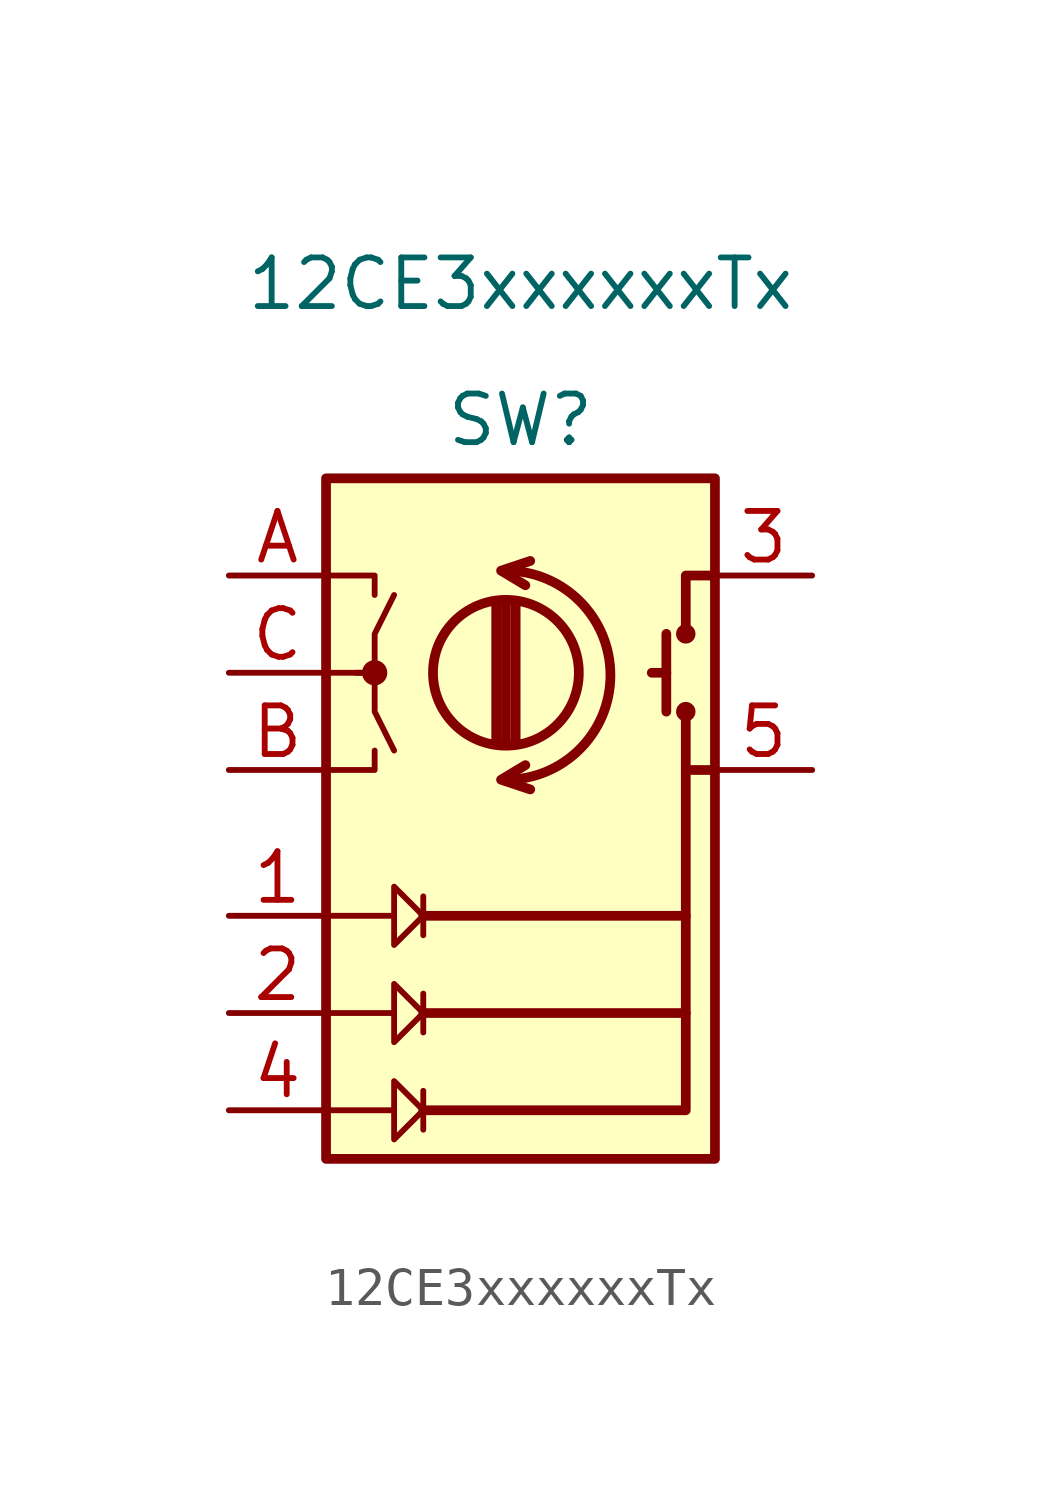
<source format=kicad_sym>
(kicad_symbol_lib
  (version 20211014)
  (generator kicad_symbol_editor)
  (symbol "12CE3xxxxxxTx"
    (pin_names
      (offset 0.254) hide)
    (property "Reference" "SW"
      (at 0 6.604 0)
      (effects (font (size 1.27 1.27))))
    (property "Value" "12CE3xxxxxxTx"
      (at 0 10.16 0)
      (effects (font (size 1.27 1.27))))
    (symbol "12CE3xxxxxxTx_0_1"
      (rectangle (start -5.08 5.08) (end 5.08 -12.7) (stroke (width 0.254) (type default) (color 0 0 0 0)) (fill (type background)))
      (circle (center -3.81 0) (radius 0.254) (stroke (width 0) (type default) (color 0 0 0 0)) (fill (type outline)))
      (arc (start -0.381 -2.794) (mid 2.3622 -0.0508) (end -0.381 2.667) (stroke (width 0.254) (type default) (color 0 0 0 0)) (fill (type none)))
      (circle (center -0.381 0) (radius 1.905) (stroke (width 0.254) (type default) (color 0 0 0 0)) (fill (type none)))
      (polyline (pts (xy -5.08 -11.43) (xy -3.302 -11.43)) (stroke (width 0) (type default) (color 0 0 0 0)) (fill (type none)))
      (polyline (pts (xy -5.08 -8.89) (xy -3.302 -8.89)) (stroke (width 0) (type default) (color 0 0 0 0)) (fill (type none)))
      (polyline (pts (xy -5.08 -6.35) (xy -3.302 -6.35)) (stroke (width 0) (type default) (color 0 0 0 0)) (fill (type none)))
      (polyline (pts (xy -2.54 -10.922) (xy -2.54 -11.938)) (stroke (width 0) (type default) (color 0 0 0 0)) (fill (type none)))
      (polyline (pts (xy -2.54 -8.382) (xy -2.54 -9.398)) (stroke (width 0) (type default) (color 0 0 0 0)) (fill (type none)))
      (polyline (pts (xy -2.54 -5.842) (xy -2.54 -6.858)) (stroke (width 0) (type default) (color 0 0 0 0)) (fill (type none)))
      (polyline (pts (xy -0.635 -1.778) (xy -0.635 1.778)) (stroke (width 0.254) (type default) (color 0 0 0 0)) (fill (type none)))
      (polyline (pts (xy -0.381 -1.778) (xy -0.381 1.778)) (stroke (width 0.254) (type default) (color 0 0 0 0)) (fill (type none)))
      (polyline (pts (xy -0.127 1.778) (xy -0.127 -1.778)) (stroke (width 0.254) (type default) (color 0 0 0 0)) (fill (type none)))
      (polyline (pts (xy 3.81 0) (xy 3.429 0)) (stroke (width 0.254) (type default) (color 0 0 0 0)) (fill (type none)))
      (polyline (pts (xy 3.81 1.016) (xy 3.81 -1.016)) (stroke (width 0.254) (type default) (color 0 0 0 0)) (fill (type none)))
      (polyline (pts (xy -5.08 -2.54) (xy -3.81 -2.54) (xy -3.81 -2.032)) (stroke (width 0) (type default) (color 0 0 0 0)) (fill (type none)))
      (polyline (pts (xy -5.08 2.54) (xy -3.81 2.54) (xy -3.81 2.032)) (stroke (width 0) (type default) (color 0 0 0 0)) (fill (type none)))
      (polyline (pts (xy -2.54 -11.43) (xy 4.318 -11.43) (xy 4.318 -8.89)) (stroke (width 0.254) (type default) (color 0 0 0 0)) (fill (type none)))
      (polyline (pts (xy -2.54 -8.89) (xy 4.318 -8.89) (xy 4.318 -6.35)) (stroke (width 0.254) (type default) (color 0 0 0 0)) (fill (type none)))
      (polyline (pts (xy -2.54 -6.35) (xy 4.318 -6.35) (xy 4.318 -2.54)) (stroke (width 0.254) (type default) (color 0 0 0 0)) (fill (type none)))
      (polyline (pts (xy 0.254 -3.048) (xy -0.508 -2.794) (xy 0.127 -2.413)) (stroke (width 0.254) (type default) (color 0 0 0 0)) (fill (type none)))
      (polyline (pts (xy 0.254 2.921) (xy -0.508 2.667) (xy 0.127 2.286)) (stroke (width 0.254) (type default) (color 0 0 0 0)) (fill (type none)))
      (polyline (pts (xy 5.08 -2.54) (xy 4.318 -2.54) (xy 4.318 -1.016)) (stroke (width 0.254) (type default) (color 0 0 0 0)) (fill (type none)))
      (polyline (pts (xy 5.08 2.54) (xy 4.318 2.54) (xy 4.318 1.016)) (stroke (width 0.254) (type default) (color 0 0 0 0)) (fill (type none)))
      (polyline (pts (xy -5.08 0) (xy -3.81 0) (xy -3.81 -1.016) (xy -3.302 -2.032)) (stroke (width 0) (type default) (color 0 0 0 0)) (fill (type none)))
      (polyline (pts (xy -4.318 0) (xy -3.81 0) (xy -3.81 1.016) (xy -3.302 2.032)) (stroke (width 0) (type default) (color 0 0 0 0)) (fill (type none)))
      (polyline (pts (xy -3.302 -10.668) (xy -3.302 -12.192) (xy -2.54 -11.43) (xy -3.302 -10.668)) (stroke (width 0) (type default) (color 0 0 0 0)) (fill (type none)))
      (polyline (pts (xy -3.302 -8.128) (xy -3.302 -9.652) (xy -2.54 -8.89) (xy -3.302 -8.128)) (stroke (width 0) (type default) (color 0 0 0 0)) (fill (type none)))
      (polyline (pts (xy -3.302 -5.588) (xy -3.302 -7.112) (xy -2.54 -6.35) (xy -3.302 -5.588)) (stroke (width 0) (type default) (color 0 0 0 0)) (fill (type none)))
      (circle (center 4.318 -1.016) (radius 0.127) (stroke (width 0.254) (type default) (color 0 0 0 0)) (fill (type none)))
      (circle (center 4.318 1.016) (radius 0.127) (stroke (width 0.254) (type default) (color 0 0 0 0)) (fill (type none))))
    (symbol "12CE3xxxxxxTx_1_1"
      (pin passive line (at -7.62 -6.35 0) (length 2.54) (name "L_R" (effects (font (size 1.27 1.27)))) (number "1" (effects (font (size 1.27 1.27)))))
      (pin passive line (at -7.62 -8.89 0) (length 2.54) (name "L_G" (effects (font (size 1.27 1.27)))) (number "2" (effects (font (size 1.27 1.27)))))
      (pin passive line (at 7.62 2.54 180) (length 2.54) (name "S1" (effects (font (size 1.27 1.27)))) (number "3" (effects (font (size 1.27 1.27)))))
      (pin passive line (at -7.62 -11.43 0) (length 2.54) (name "L_B" (effects (font (size 1.27 1.27)))) (number "4" (effects (font (size 1.27 1.27)))))
      (pin passive line (at 7.62 -2.54 180) (length 2.54) (name "COMM" (effects (font (size 1.27 1.27)))) (number "5" (effects (font (size 1.27 1.27)))))
      (pin passive line (at -7.62 2.54 0) (length 2.54) (name "A" (effects (font (size 1.27 1.27)))) (number "A" (effects (font (size 1.27 1.27)))))
      (pin passive line (at -7.62 -2.54 0) (length 2.54) (name "B" (effects (font (size 1.27 1.27)))) (number "B" (effects (font (size 1.27 1.27)))))
      (pin passive line (at -7.62 0 0) (length 2.54) (name "C" (effects (font (size 1.27 1.27)))) (number "C" (effects (font (size 1.27 1.27))))))))
</source>
